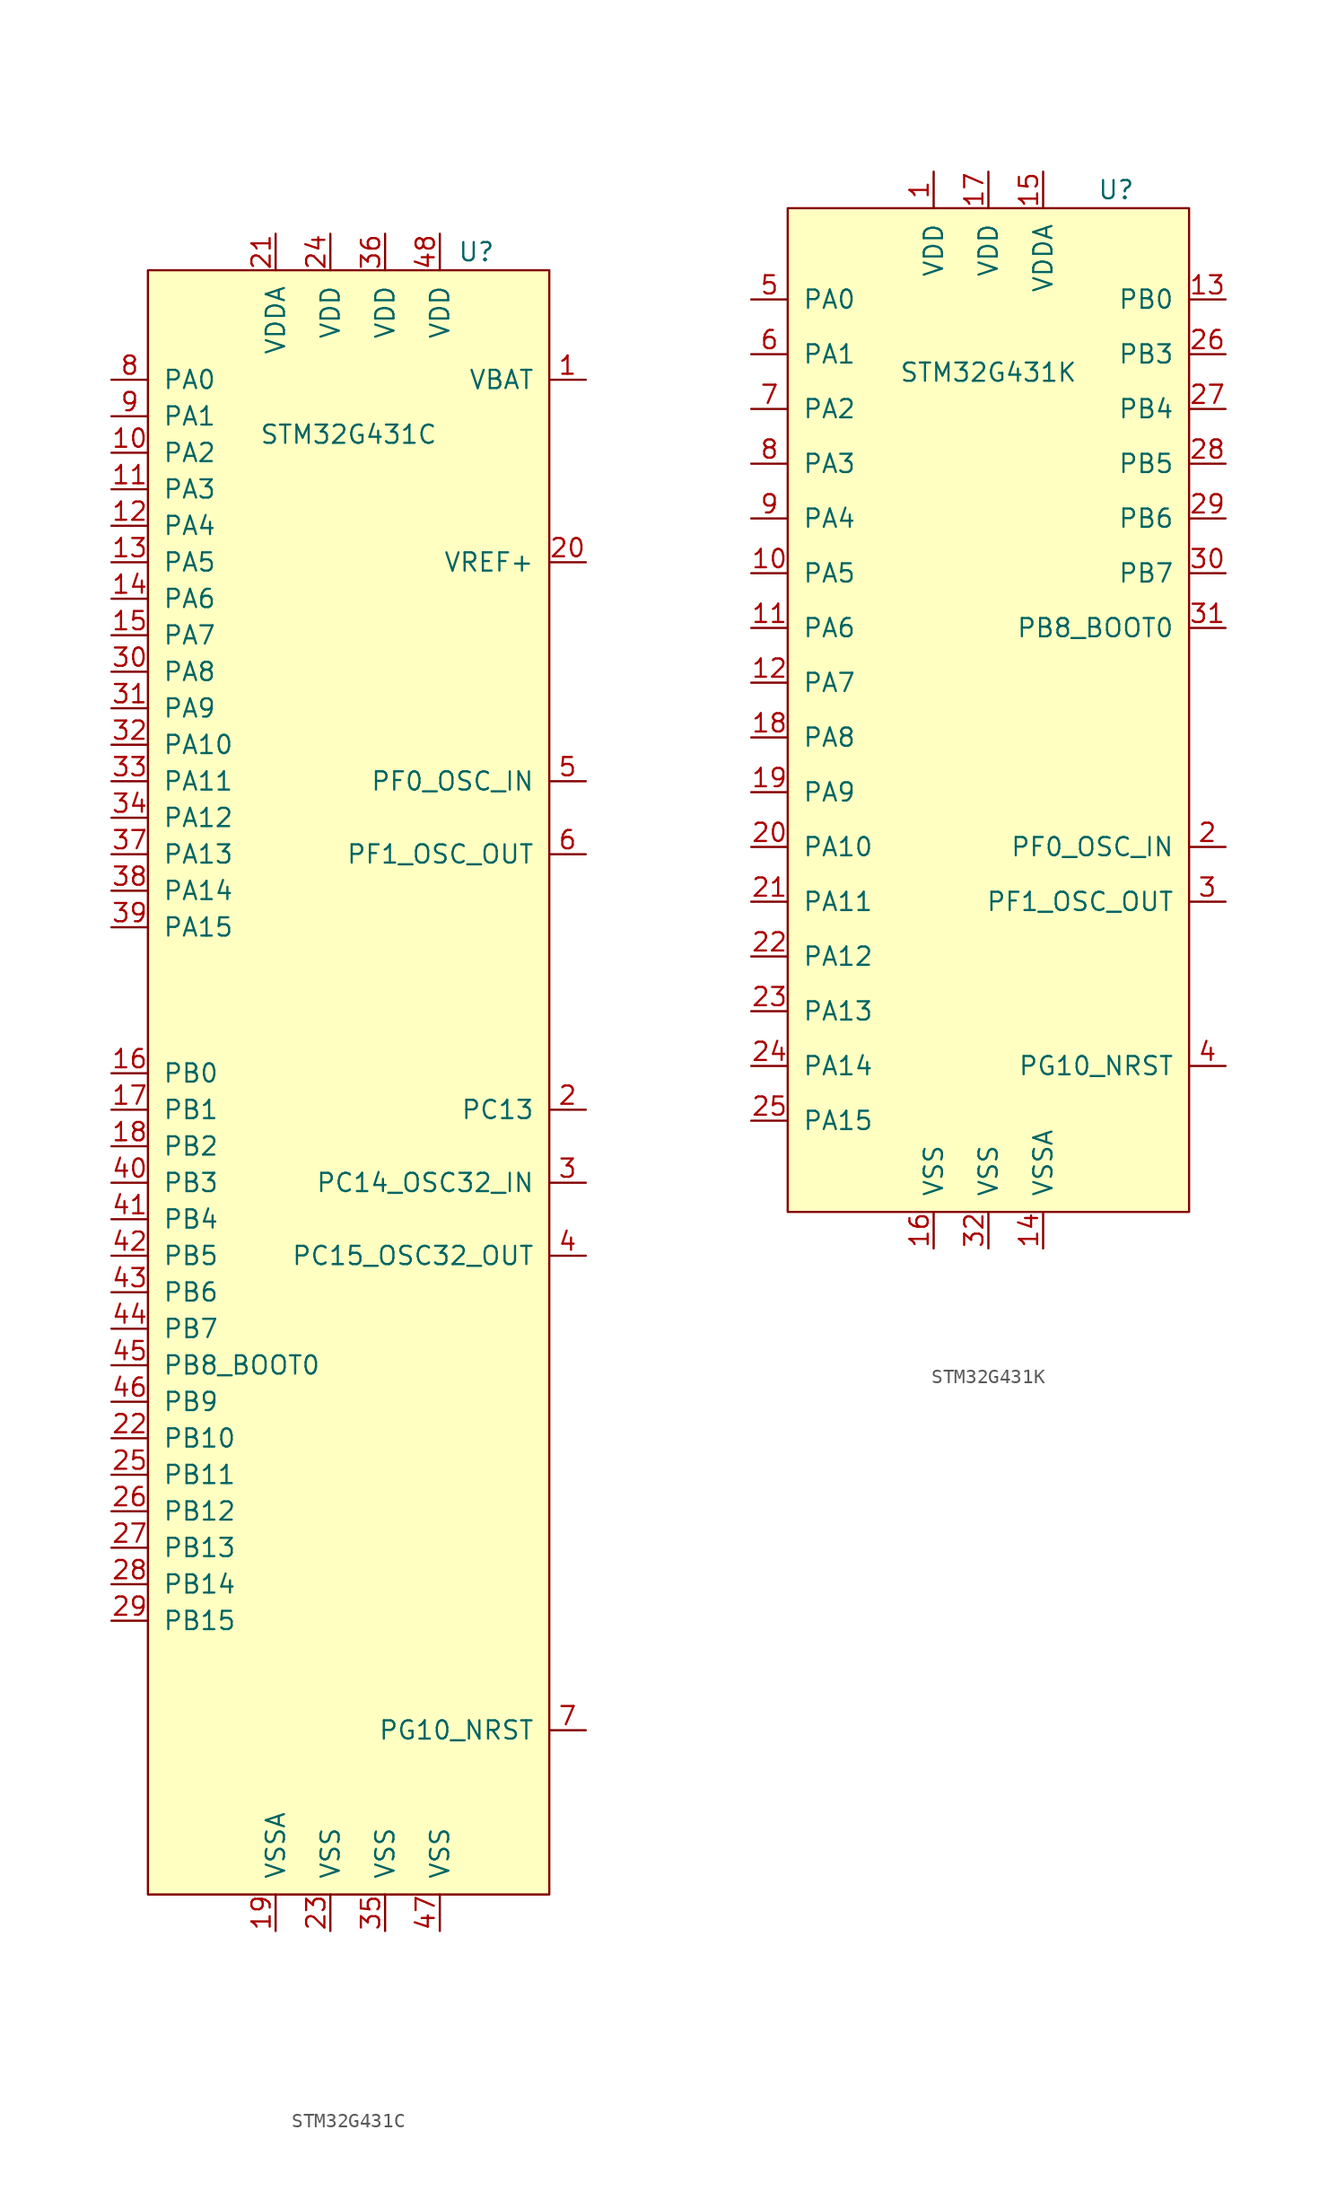
<source format=kicad_sym>
(kicad_symbol_lib
  (version 20211014)
  (generator kicad_symbol_editor)
  (symbol "STM32G431C"
    (pin_names
      (offset 1.016))
    (property "Reference" "U"
      (at 8.89 35.56 0)
      (effects (font (size 1.27 1.27))))
    (property "Value" "STM32G431C"
      (at 0 22.86 0)
      (effects (font (size 1.27 1.27))))
    (symbol "STM32G431C_0_0"
      (pin bidirectional line (at -16.51 -1.27 0) (length 2.54) (name "PA11" (effects (font (size 1.27 1.27)))) (number "33" (effects (font (size 1.27 1.27)))))
      (pin bidirectional line (at -16.51 -3.81 0) (length 2.54) (name "PA12" (effects (font (size 1.27 1.27)))) (number "34" (effects (font (size 1.27 1.27)))))
      (pin power_in line (at 2.54 -81.28 90) (length 2.54) (name "VSS" (effects (font (size 1.27 1.27)))) (number "35" (effects (font (size 1.27 1.27)))))
      (pin power_in line (at 2.54 36.83 270) (length 2.54) (name "VDD" (effects (font (size 1.27 1.27)))) (number "36" (effects (font (size 1.27 1.27)))))
      (pin bidirectional line (at -16.51 -6.35 0) (length 2.54) (name "PA13" (effects (font (size 1.27 1.27)))) (number "37" (effects (font (size 1.27 1.27)))))
      (pin bidirectional line (at -16.51 -8.89 0) (length 2.54) (name "PA14" (effects (font (size 1.27 1.27)))) (number "38" (effects (font (size 1.27 1.27)))))
      (pin bidirectional line (at -16.51 -11.43 0) (length 2.54) (name "PA15" (effects (font (size 1.27 1.27)))) (number "39" (effects (font (size 1.27 1.27)))))
      (pin bidirectional line (at -16.51 -29.21 0) (length 2.54) (name "PB3" (effects (font (size 1.27 1.27)))) (number "40" (effects (font (size 1.27 1.27)))))
      (pin bidirectional line (at -16.51 -31.75 0) (length 2.54) (name "PB4" (effects (font (size 1.27 1.27)))) (number "41" (effects (font (size 1.27 1.27)))))
      (pin bidirectional line (at -16.51 -34.29 0) (length 2.54) (name "PB5" (effects (font (size 1.27 1.27)))) (number "42" (effects (font (size 1.27 1.27)))))
      (pin bidirectional line (at -16.51 -36.83 0) (length 2.54) (name "PB6" (effects (font (size 1.27 1.27)))) (number "43" (effects (font (size 1.27 1.27)))))
      (pin bidirectional line (at -16.51 -39.37 0) (length 2.54) (name "PB7" (effects (font (size 1.27 1.27)))) (number "44" (effects (font (size 1.27 1.27)))))
      (pin bidirectional line (at -16.51 -41.91 0) (length 2.54) (name "PB8_BOOT0" (effects (font (size 1.27 1.27)))) (number "45" (effects (font (size 1.27 1.27)))))
      (pin bidirectional line (at -16.51 -44.45 0) (length 2.54) (name "PB9" (effects (font (size 1.27 1.27)))) (number "46" (effects (font (size 1.27 1.27)))))
      (pin bidirectional line (at 6.35 -81.28 90) (length 2.54) (name "VSS" (effects (font (size 1.27 1.27)))) (number "47" (effects (font (size 1.27 1.27)))))
      (pin bidirectional line (at 6.35 36.83 270) (length 2.54) (name "VDD" (effects (font (size 1.27 1.27)))) (number "48" (effects (font (size 1.27 1.27))))))
    (symbol "STM32G431C_0_1"
      (rectangle (start -13.97 34.29) (end 13.97 -78.74) (stroke (width 0) (type default) (color 0 0 0 0)) (fill (type background))))
    (symbol "STM32G431C_1_1"
      (pin power_in line (at 16.51 26.67 180) (length 2.54) (name "VBAT" (effects (font (size 1.27 1.27)))) (number "1" (effects (font (size 1.27 1.27)))))
      (pin bidirectional line (at -16.51 21.59 0) (length 2.54) (name "PA2" (effects (font (size 1.27 1.27)))) (number "10" (effects (font (size 1.27 1.27)))))
      (pin bidirectional line (at -16.51 19.05 0) (length 2.54) (name "PA3" (effects (font (size 1.27 1.27)))) (number "11" (effects (font (size 1.27 1.27)))))
      (pin bidirectional line (at -16.51 16.51 0) (length 2.54) (name "PA4" (effects (font (size 1.27 1.27)))) (number "12" (effects (font (size 1.27 1.27)))))
      (pin bidirectional line (at -16.51 13.97 0) (length 2.54) (name "PA5" (effects (font (size 1.27 1.27)))) (number "13" (effects (font (size 1.27 1.27)))))
      (pin bidirectional line (at -16.51 11.43 0) (length 2.54) (name "PA6" (effects (font (size 1.27 1.27)))) (number "14" (effects (font (size 1.27 1.27)))))
      (pin bidirectional line (at -16.51 8.89 0) (length 2.54) (name "PA7" (effects (font (size 1.27 1.27)))) (number "15" (effects (font (size 1.27 1.27)))))
      (pin bidirectional line (at -16.51 -21.59 0) (length 2.54) (name "PB0" (effects (font (size 1.27 1.27)))) (number "16" (effects (font (size 1.27 1.27)))))
      (pin bidirectional line (at -16.51 -24.13 0) (length 2.54) (name "PB1" (effects (font (size 1.27 1.27)))) (number "17" (effects (font (size 1.27 1.27)))))
      (pin bidirectional line (at -16.51 -26.67 0) (length 2.54) (name "PB2" (effects (font (size 1.27 1.27)))) (number "18" (effects (font (size 1.27 1.27)))))
      (pin power_in line (at -5.08 -81.28 90) (length 2.54) (name "VSSA" (effects (font (size 1.27 1.27)))) (number "19" (effects (font (size 1.27 1.27)))))
      (pin bidirectional line (at 16.51 -24.13 180) (length 2.54) (name "PC13" (effects (font (size 1.27 1.27)))) (number "2" (effects (font (size 1.27 1.27)))))
      (pin power_in line (at 16.51 13.97 180) (length 2.54) (name "VREF+" (effects (font (size 1.27 1.27)))) (number "20" (effects (font (size 1.27 1.27)))))
      (pin input line (at -5.08 36.83 270) (length 2.54) (name "VDDA" (effects (font (size 1.27 1.27)))) (number "21" (effects (font (size 1.27 1.27)))))
      (pin bidirectional line (at -16.51 -46.99 0) (length 2.54) (name "PB10" (effects (font (size 1.27 1.27)))) (number "22" (effects (font (size 1.27 1.27)))))
      (pin power_in line (at -1.27 -81.28 90) (length 2.54) (name "VSS" (effects (font (size 1.27 1.27)))) (number "23" (effects (font (size 1.27 1.27)))))
      (pin power_in line (at -1.27 36.83 270) (length 2.54) (name "VDD" (effects (font (size 1.27 1.27)))) (number "24" (effects (font (size 1.27 1.27)))))
      (pin bidirectional line (at -16.51 -49.53 0) (length 2.54) (name "PB11" (effects (font (size 1.27 1.27)))) (number "25" (effects (font (size 1.27 1.27)))))
      (pin bidirectional line (at -16.51 -52.07 0) (length 2.54) (name "PB12" (effects (font (size 1.27 1.27)))) (number "26" (effects (font (size 1.27 1.27)))))
      (pin bidirectional line (at -16.51 -54.61 0) (length 2.54) (name "PB13" (effects (font (size 1.27 1.27)))) (number "27" (effects (font (size 1.27 1.27)))))
      (pin bidirectional line (at -16.51 -57.15 0) (length 2.54) (name "PB14" (effects (font (size 1.27 1.27)))) (number "28" (effects (font (size 1.27 1.27)))))
      (pin bidirectional line (at -16.51 -59.69 0) (length 2.54) (name "PB15" (effects (font (size 1.27 1.27)))) (number "29" (effects (font (size 1.27 1.27)))))
      (pin bidirectional line (at 16.51 -29.21 180) (length 2.54) (name "PC14_OSC32_IN" (effects (font (size 1.27 1.27)))) (number "3" (effects (font (size 1.27 1.27)))))
      (pin bidirectional line (at -16.51 6.35 0) (length 2.54) (name "PA8" (effects (font (size 1.27 1.27)))) (number "30" (effects (font (size 1.27 1.27)))))
      (pin bidirectional line (at -16.51 3.81 0) (length 2.54) (name "PA9" (effects (font (size 1.27 1.27)))) (number "31" (effects (font (size 1.27 1.27)))))
      (pin bidirectional line (at -16.51 1.27 0) (length 2.54) (name "PA10" (effects (font (size 1.27 1.27)))) (number "32" (effects (font (size 1.27 1.27)))))
      (pin bidirectional line (at 16.51 -34.29 180) (length 2.54) (name "PC15_OSC32_OUT" (effects (font (size 1.27 1.27)))) (number "4" (effects (font (size 1.27 1.27)))))
      (pin bidirectional line (at 16.51 -1.27 180) (length 2.54) (name "PF0_OSC_IN" (effects (font (size 1.27 1.27)))) (number "5" (effects (font (size 1.27 1.27)))))
      (pin bidirectional line (at 16.51 -6.35 180) (length 2.54) (name "PF1_OSC_OUT" (effects (font (size 1.27 1.27)))) (number "6" (effects (font (size 1.27 1.27)))))
      (pin bidirectional line (at 16.51 -67.31 180) (length 2.54) (name "PG10_NRST" (effects (font (size 1.27 1.27)))) (number "7" (effects (font (size 1.27 1.27)))))
      (pin bidirectional line (at -16.51 26.67 0) (length 2.54) (name "PA0" (effects (font (size 1.27 1.27)))) (number "8" (effects (font (size 1.27 1.27)))))
      (pin bidirectional line (at -16.51 24.13 0) (length 2.54) (name "PA1" (effects (font (size 1.27 1.27)))) (number "9" (effects (font (size 1.27 1.27)))))))
  (symbol "STM32G431K"
    (pin_names
      (offset 1.016))
    (property "Reference" "U"
      (at 8.89 35.56 0)
      (effects (font (size 1.27 1.27))))
    (property "Value" "STM32G431K"
      (at 0 22.86 0)
      (effects (font (size 1.27 1.27))))
    (symbol "STM32G431K_0_1"
      (rectangle (start -13.97 34.29) (end 13.97 -35.56) (stroke (width 0) (type default) (color 0 0 0 0)) (fill (type background))))
    (symbol "STM32G431K_1_1"
      (pin power_in line (at -3.81 36.83 270) (length 2.54) (name "VDD" (effects (font (size 1.27 1.27)))) (number "1" (effects (font (size 1.27 1.27)))))
      (pin bidirectional line (at -16.51 8.89 0) (length 2.54) (name "PA5" (effects (font (size 1.27 1.27)))) (number "10" (effects (font (size 1.27 1.27)))))
      (pin bidirectional line (at -16.51 5.08 0) (length 2.54) (name "PA6" (effects (font (size 1.27 1.27)))) (number "11" (effects (font (size 1.27 1.27)))))
      (pin bidirectional line (at -16.51 1.27 0) (length 2.54) (name "PA7" (effects (font (size 1.27 1.27)))) (number "12" (effects (font (size 1.27 1.27)))))
      (pin bidirectional line (at 16.51 27.94 180) (length 2.54) (name "PB0" (effects (font (size 1.27 1.27)))) (number "13" (effects (font (size 1.27 1.27)))))
      (pin power_in line (at 3.81 -38.1 90) (length 2.54) (name "VSSA" (effects (font (size 1.27 1.27)))) (number "14" (effects (font (size 1.27 1.27)))))
      (pin power_in line (at 3.81 36.83 270) (length 2.54) (name "VDDA" (effects (font (size 1.27 1.27)))) (number "15" (effects (font (size 1.27 1.27)))))
      (pin power_in line (at -3.81 -38.1 90) (length 2.54) (name "VSS" (effects (font (size 1.27 1.27)))) (number "16" (effects (font (size 1.27 1.27)))))
      (pin power_in line (at 0 36.83 270) (length 2.54) (name "VDD" (effects (font (size 1.27 1.27)))) (number "17" (effects (font (size 1.27 1.27)))))
      (pin bidirectional line (at -16.51 -2.54 0) (length 2.54) (name "PA8" (effects (font (size 1.27 1.27)))) (number "18" (effects (font (size 1.27 1.27)))))
      (pin bidirectional line (at -16.51 -6.35 0) (length 2.54) (name "PA9" (effects (font (size 1.27 1.27)))) (number "19" (effects (font (size 1.27 1.27)))))
      (pin input line (at 16.51 -10.16 180) (length 2.54) (name "PF0_OSC_IN" (effects (font (size 1.27 1.27)))) (number "2" (effects (font (size 1.27 1.27)))))
      (pin bidirectional line (at -16.51 -10.16 0) (length 2.54) (name "PA10" (effects (font (size 1.27 1.27)))) (number "20" (effects (font (size 1.27 1.27)))))
      (pin bidirectional line (at -16.51 -13.97 0) (length 2.54) (name "PA11" (effects (font (size 1.27 1.27)))) (number "21" (effects (font (size 1.27 1.27)))))
      (pin bidirectional line (at -16.51 -17.78 0) (length 2.54) (name "PA12" (effects (font (size 1.27 1.27)))) (number "22" (effects (font (size 1.27 1.27)))))
      (pin bidirectional line (at -16.51 -21.59 0) (length 2.54) (name "PA13" (effects (font (size 1.27 1.27)))) (number "23" (effects (font (size 1.27 1.27)))))
      (pin bidirectional line (at -16.51 -25.4 0) (length 2.54) (name "PA14" (effects (font (size 1.27 1.27)))) (number "24" (effects (font (size 1.27 1.27)))))
      (pin bidirectional line (at -16.51 -29.21 0) (length 2.54) (name "PA15" (effects (font (size 1.27 1.27)))) (number "25" (effects (font (size 1.27 1.27)))))
      (pin bidirectional line (at 16.51 24.13 180) (length 2.54) (name "PB3" (effects (font (size 1.27 1.27)))) (number "26" (effects (font (size 1.27 1.27)))))
      (pin bidirectional line (at 16.51 20.32 180) (length 2.54) (name "PB4" (effects (font (size 1.27 1.27)))) (number "27" (effects (font (size 1.27 1.27)))))
      (pin bidirectional line (at 16.51 16.51 180) (length 2.54) (name "PB5" (effects (font (size 1.27 1.27)))) (number "28" (effects (font (size 1.27 1.27)))))
      (pin bidirectional line (at 16.51 12.7 180) (length 2.54) (name "PB6" (effects (font (size 1.27 1.27)))) (number "29" (effects (font (size 1.27 1.27)))))
      (pin input line (at 16.51 -13.97 180) (length 2.54) (name "PF1_OSC_OUT" (effects (font (size 1.27 1.27)))) (number "3" (effects (font (size 1.27 1.27)))))
      (pin bidirectional line (at 16.51 8.89 180) (length 2.54) (name "PB7" (effects (font (size 1.27 1.27)))) (number "30" (effects (font (size 1.27 1.27)))))
      (pin bidirectional line (at 16.51 5.08 180) (length 2.54) (name "PB8_BOOT0" (effects (font (size 1.27 1.27)))) (number "31" (effects (font (size 1.27 1.27)))))
      (pin bidirectional line (at 0 -38.1 90) (length 2.54) (name "VSS" (effects (font (size 1.27 1.27)))) (number "32" (effects (font (size 1.27 1.27)))))
      (pin input line (at 16.51 -25.4 180) (length 2.54) (name "PG10_NRST" (effects (font (size 1.27 1.27)))) (number "4" (effects (font (size 1.27 1.27)))))
      (pin bidirectional line (at -16.51 27.94 0) (length 2.54) (name "PA0" (effects (font (size 1.27 1.27)))) (number "5" (effects (font (size 1.27 1.27)))))
      (pin bidirectional line (at -16.51 24.13 0) (length 2.54) (name "PA1" (effects (font (size 1.27 1.27)))) (number "6" (effects (font (size 1.27 1.27)))))
      (pin bidirectional line (at -16.51 20.32 0) (length 2.54) (name "PA2" (effects (font (size 1.27 1.27)))) (number "7" (effects (font (size 1.27 1.27)))))
      (pin bidirectional line (at -16.51 16.51 0) (length 2.54) (name "PA3" (effects (font (size 1.27 1.27)))) (number "8" (effects (font (size 1.27 1.27)))))
      (pin bidirectional line (at -16.51 12.7 0) (length 2.54) (name "PA4" (effects (font (size 1.27 1.27)))) (number "9" (effects (font (size 1.27 1.27))))))))
</source>
